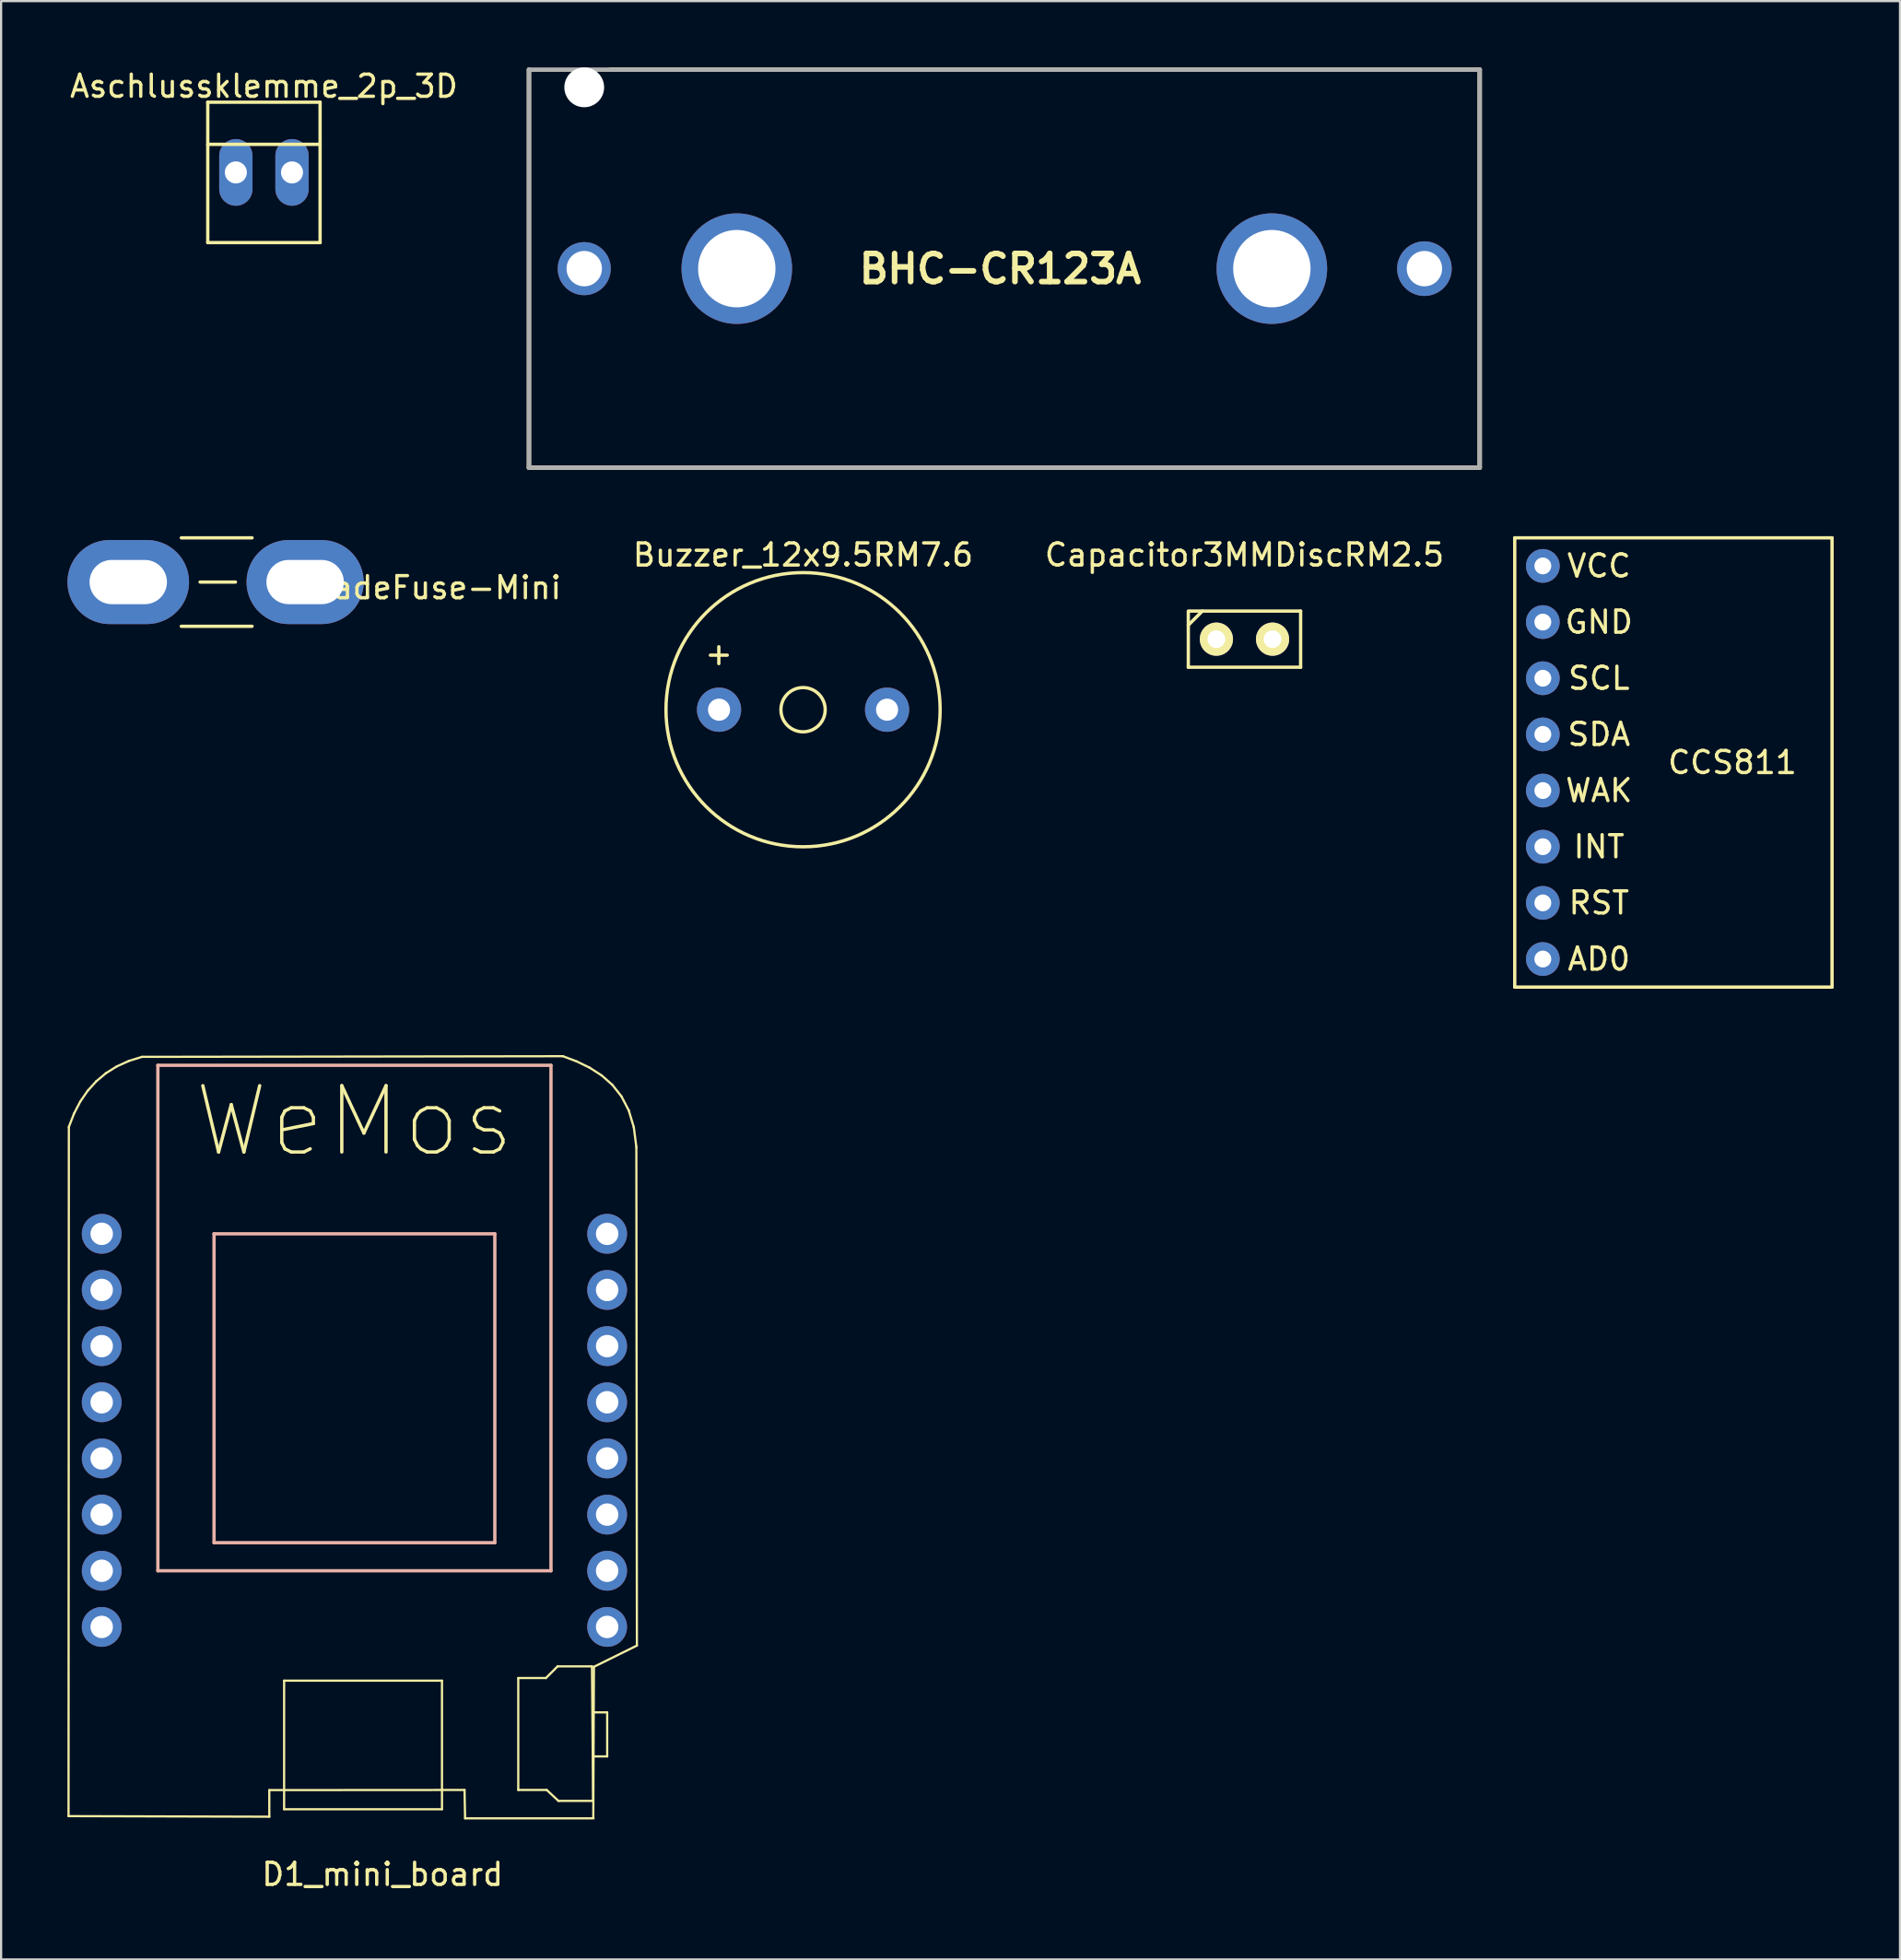
<source format=kicad_pcb>
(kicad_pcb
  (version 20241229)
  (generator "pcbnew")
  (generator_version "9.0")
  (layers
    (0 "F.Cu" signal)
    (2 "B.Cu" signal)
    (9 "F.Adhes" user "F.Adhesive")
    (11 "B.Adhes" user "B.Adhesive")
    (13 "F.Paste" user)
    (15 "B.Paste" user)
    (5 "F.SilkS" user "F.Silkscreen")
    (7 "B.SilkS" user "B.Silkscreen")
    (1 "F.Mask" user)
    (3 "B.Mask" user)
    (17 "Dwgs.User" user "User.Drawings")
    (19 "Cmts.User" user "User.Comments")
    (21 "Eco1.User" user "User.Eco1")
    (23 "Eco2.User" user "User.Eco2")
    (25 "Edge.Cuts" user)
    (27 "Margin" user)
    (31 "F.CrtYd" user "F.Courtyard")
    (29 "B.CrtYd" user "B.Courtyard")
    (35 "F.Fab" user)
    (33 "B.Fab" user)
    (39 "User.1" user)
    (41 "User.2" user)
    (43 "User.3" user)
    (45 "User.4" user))
  (footprint "CCS811"
    (layer "F.Cu")
    (at 72.762 31.435)
    (property "Reference" "CCS811" (at 2.54 0 0) (unlocked yes) (layer "F.SilkS") (effects (font (size 1 1) (thickness 0.15))))
    (attr through_hole)
    (fp_line (start -7.303 -10.16) (end -7.303 10.16) (stroke (width 0.15) (type solid)) (layer "F.SilkS"))
    (fp_line (start -7.303 -10.16) (end 7.048 -10.16) (stroke (width 0.15) (type solid)) (layer "F.SilkS"))
    (fp_line (start 7.048 -10.16) (end 7.048 10.16) (stroke (width 0.15) (type solid)) (layer "F.SilkS"))
    (fp_line (start 7.048 10.16) (end -7.303 10.16) (stroke (width 0.15) (type solid)) (layer "F.SilkS"))
    (fp_text user "WAK" (at -3.493 1.27 0) (unlocked yes) (layer "F.SilkS") (effects (font (size 1 1) (thickness 0.15))))
    (fp_text user "VCC" (at -3.493 -8.89 0) (unlocked yes) (layer "F.SilkS") (effects (font (size 1 1) (thickness 0.15))))
    (fp_text user "RST" (at -3.493 6.35 0) (unlocked yes) (layer "F.SilkS") (effects (font (size 1 1) (thickness 0.15))))
    (fp_text user "GND" (at -3.493 -6.35 0) (unlocked yes) (layer "F.SilkS") (effects (font (size 1 1) (thickness 0.15))))
    (fp_text user "INT" (at -3.493 3.81 0) (unlocked yes) (layer "F.SilkS") (effects (font (size 1 1) (thickness 0.15))))
    (fp_text user "AD0" (at -3.493 8.89 0) (unlocked yes) (layer "F.SilkS") (effects (font (size 1 1) (thickness 0.15))))
    (fp_text user "SDA" (at -3.493 -1.27 0) (unlocked yes) (layer "F.SilkS") (effects (font (size 1 1) (thickness 0.15))))
    (fp_text user "SCL" (at -3.493 -3.81 0) (unlocked yes) (layer "F.SilkS") (effects (font (size 1 1) (thickness 0.15))))
    (pad "1" thru_hole circle (at -6.032 -8.89) (size 1.524 1.524) (drill 0.762) (layers "*.Cu" "*.Mask"))
    (pad "2" thru_hole circle (at -6.032 -6.35) (size 1.524 1.524) (drill 0.762) (layers "*.Cu" "*.Mask"))
    (pad "3" thru_hole circle (at -6.032 -3.81) (size 1.524 1.524) (drill 0.762) (layers "*.Cu" "*.Mask"))
    (pad "4" thru_hole circle (at -6.032 -1.27) (size 1.524 1.524) (drill 0.762) (layers "*.Cu" "*.Mask"))
    (pad "5" thru_hole circle (at -6.032 1.27) (size 1.524 1.524) (drill 0.762) (layers "*.Cu" "*.Mask"))
    (pad "6" thru_hole circle (at -6.032 3.81) (size 1.524 1.524) (drill 0.762) (layers "*.Cu" "*.Mask"))
    (pad "7" thru_hole circle (at -6.032 6.35) (size 1.524 1.524) (drill 0.762) (layers "*.Cu" "*.Mask"))
    (pad "8" thru_hole circle (at -6.032 8.89) (size 1.524 1.524) (drill 0.762) (layers "*.Cu" "*.Mask")))
  (footprint "Capacitor3MMDiscRM2.5"
    (layer "F.Cu")
    (at 53.235 25.858)
    (property "Reference" "Capacitor3MMDiscRM2.5" (at 0 -3.81 0) (layer "F.SilkS") (effects (font (size 1 1) (thickness 0.15))))
    (attr through_hole)
    (fp_line (start -2.54 -0.635) (end -1.905 -1.27) (stroke (width 0.15) (type solid)) (layer "F.SilkS"))
    (fp_line (start -2.54 1.27) (end -2.54 -1.27) (stroke (width 0.15) (type solid)) (layer "F.SilkS"))
    (fp_line (start -2.489 -1.27) (end 2.54 -1.27) (stroke (width 0.15) (type solid)) (layer "F.SilkS"))
    (fp_line (start 2.54 -1.27) (end 2.54 1.27) (stroke (width 0.15) (type solid)) (layer "F.SilkS"))
    (fp_line (start 2.54 1.27) (end -2.54 1.27) (stroke (width 0.15) (type solid)) (layer "F.SilkS"))
    (pad "1" thru_hole circle (at -1.27 0) (size 1.501 1.501) (drill 0.8) (layers "*.Cu" "*.Mask" "F.SilkS"))
    (pad "2" thru_hole circle (at 1.27 0) (size 1.501 1.501) (drill 0.8) (layers "*.Cu" "*.Mask" "F.SilkS")))
  (footprint "BladeFuse-Mini"
    (layer "F.Cu")
    (at 6.75 23.275)
    (property "Reference" "BladeFuse-Mini" (at 9.652 0.254 0) (layer "F.SilkS") (effects (font (size 1 1) (thickness 0.15))))
    (attr through_hole)
    (fp_line (start -1.6 -2) (end 1.6 -2) (stroke (width 0.15) (type solid)) (layer "F.SilkS"))
    (fp_line (start -0.75 0) (end 0.85 0) (stroke (width 0.15) (type solid)) (layer "F.SilkS"))
    (fp_line (start 1.6 2) (end -1.6 2) (stroke (width 0.15) (type solid)) (layer "F.SilkS"))
    (pad "1" thru_hole oval (at -4 0) (size 5.5 3.8) (drill oval 3.5 2) (layers "*.Cu" "*.Mask"))
    (pad "2" thru_hole oval (at 4 0) (size 5.3 3.8) (drill oval 3.5 2) (layers "*.Cu" "*.Mask")))
  (footprint "Aschlussklemme_2p_3D"
    (layer "F.Cu")
    (at 8.887 4.748)
    (property "Reference" "Aschlussklemme_2p_3D" (at 0 -3.9 0) (layer "F.SilkS") (effects (font (size 1 1) (thickness 0.15))))
    (attr exclude_from_pos_files exclude_from_bom)
    (fp_line (start -2.54 -3.175) (end -2.54 3.175) (stroke (width 0.15) (type solid)) (layer "F.SilkS"))
    (fp_line (start -2.54 -3.175) (end 2.54 -3.175) (stroke (width 0.15) (type solid)) (layer "F.SilkS"))
    (fp_line (start 2.54 -3.175) (end 2.54 3.175) (stroke (width 0.15) (type solid)) (layer "F.SilkS"))
    (fp_line (start 2.54 -1.27) (end -2.54 -1.27) (stroke (width 0.15) (type solid)) (layer "F.SilkS"))
    (fp_line (start 2.54 3.175) (end -2.54 3.175) (stroke (width 0.15) (type solid)) (layer "F.SilkS"))
    (pad "1" thru_hole oval (at -1.27 0) (size 1.506 3.015) (drill 0.998) (layers "*.Cu" "*.Mask"))
    (pad "2" thru_hole oval (at 1.27 0) (size 1.506 3.015) (drill 0.998) (layers "*.Cu" "*.Mask")))
  (footprint "BHC-CR123A"
    (layer "F.Cu")
    (at 42.374 9.1)
    (property "Reference" "BHC-CR123A" (at -0.186 0.01 0) (layer "F.SilkS") (effects (font (size 1.27 1.27) (thickness 0.254))))
    (attr through_hole)
    (fp_line (start -21.5 -9) (end -21.5 9) (stroke (width 0.2) (type solid)) (layer "F.SilkS"))
    (fp_line (start -21.5 9) (end 21.5 9) (stroke (width 0.2) (type solid)) (layer "F.SilkS"))
    (fp_line (start 21.5 -9) (end -17.828 -9) (stroke (width 0.2) (type solid)) (layer "F.SilkS"))
    (fp_line (start 21.5 9) (end 21.5 -9) (stroke (width 0.2) (type solid)) (layer "F.SilkS"))
    (fp_line (start -21.5 -9) (end 21.5 -9) (stroke (width 0.2) (type solid)) (layer "F.Fab"))
    (fp_line (start -21.5 9) (end -21.5 -9) (stroke (width 0.2) (type solid)) (layer "F.Fab"))
    (fp_line (start 21.5 -9) (end 21.5 9) (stroke (width 0.2) (type solid)) (layer "F.Fab"))
    (fp_line (start 21.5 9) (end -21.5 9) (stroke (width 0.2) (type solid)) (layer "F.Fab"))
    (pad "" np_thru_hole circle (at -19 -8.2) (size 1.8 1.8) (drill 1.8) (layers "*.Cu" "*.Mask"))
    (pad "1" thru_hole circle (at -19 0) (size 2.4 2.4) (drill 1.6) (layers "*.Cu" "*.Mask"))
    (pad "2" thru_hole circle (at 19 0) (size 2.47 2.47) (drill 1.6) (layers "*.Cu" "*.Mask"))
    (pad "3" thru_hole circle (at 12.1 0) (size 5 5) (drill 3.5) (layers "*.Cu" "*.Mask"))
    (pad "4" thru_hole circle (at -12.1 0) (size 5 5) (drill 3.5) (layers "*.Cu" "*.Mask")))
  (footprint "D1_mini_board"
    (layer "F.Cu")
    (at 12.98 62.912)
    (property "Reference" "D1_mini_board" (at 1.27 18.81 0) (layer "F.SilkS") (effects (font (size 1 1) (thickness 0.15))))
    (attr through_hole)
    (fp_line (start -12.93 16.177) (end -12.916 -14.993) (stroke (width 0.1) (type solid)) (layer "F.SilkS"))
    (fp_line (start -12.916 -14.993) (end -12.683 -15.596) (stroke (width 0.1) (type solid)) (layer "F.SilkS"))
    (fp_line (start -12.683 -15.596) (end -12.4 -16.141) (stroke (width 0.1) (type solid)) (layer "F.SilkS"))
    (fp_line (start -12.4 -16.141) (end -12.065 -16.628) (stroke (width 0.1) (type solid)) (layer "F.SilkS"))
    (fp_line (start -12.065 -16.628) (end -11.679 -17.055) (stroke (width 0.1) (type solid)) (layer "F.SilkS"))
    (fp_line (start -11.679 -17.055) (end -11.241 -17.423) (stroke (width 0.1) (type solid)) (layer "F.SilkS"))
    (fp_line (start -11.241 -17.423) (end -10.749 -17.73) (stroke (width 0.1) (type solid)) (layer "F.SilkS"))
    (fp_line (start -10.749 -17.73) (end -10.205 -17.977) (stroke (width 0.1) (type solid)) (layer "F.SilkS"))
    (fp_line (start -10.205 -17.977) (end -9.607 -18.163) (stroke (width 0.1) (type solid)) (layer "F.SilkS"))
    (fp_line (start -9.607 -18.163) (end 9.43 -18.192) (stroke (width 0.1) (type solid)) (layer "F.SilkS"))
    (fp_line (start -3.851 15) (end -3.849 16.203) (stroke (width 0.1) (type solid)) (layer "F.SilkS"))
    (fp_line (start -3.849 16.203) (end -12.93 16.177) (stroke (width 0.1) (type solid)) (layer "F.SilkS"))
    (fp_line (start -3.18 10.051) (end 3.96 10.051) (stroke (width 0.1) (type solid)) (layer "F.SilkS"))
    (fp_line (start -3.18 15.865) (end -3.18 10.051) (stroke (width 0.1) (type solid)) (layer "F.SilkS"))
    (fp_line (start 3.96 10.051) (end 3.96 15.865) (stroke (width 0.1) (type solid)) (layer "F.SilkS"))
    (fp_line (start 3.96 15.865) (end -3.18 15.865) (stroke (width 0.1) (type solid)) (layer "F.SilkS"))
    (fp_line (start 4.98 14.994) (end -3.851 15) (stroke (width 0.1) (type solid)) (layer "F.SilkS"))
    (fp_line (start 5.006 16.277) (end 4.98 14.994) (stroke (width 0.1) (type solid)) (layer "F.SilkS"))
    (fp_line (start 7.41 9.932) (end 7.41 14.994) (stroke (width 0.1) (type solid)) (layer "F.SilkS"))
    (fp_line (start 7.41 14.994) (end 8.697 14.994) (stroke (width 0.1) (type solid)) (layer "F.SilkS"))
    (fp_line (start 8.662 9.932) (end 7.41 9.932) (stroke (width 0.1) (type solid)) (layer "F.SilkS"))
    (fp_line (start 8.697 14.994) (end 9.227 15.488) (stroke (width 0.1) (type solid)) (layer "F.SilkS"))
    (fp_line (start 9.191 9.402) (end 8.662 9.932) (stroke (width 0.1) (type solid)) (layer "F.SilkS"))
    (fp_line (start 9.227 15.488) (end 10.797 15.488) (stroke (width 0.1) (type solid)) (layer "F.SilkS"))
    (fp_line (start 9.43 -18.192) (end 10.05 -17.958) (stroke (width 0.1) (type solid)) (layer "F.SilkS"))
    (fp_line (start 10.05 -17.958) (end 10.638 -17.673) (stroke (width 0.1) (type solid)) (layer "F.SilkS"))
    (fp_line (start 10.638 -17.673) (end 11.181 -17.324) (stroke (width 0.1) (type solid)) (layer "F.SilkS"))
    (fp_line (start 10.744 9.402) (end 9.191 9.402) (stroke (width 0.1) (type solid)) (layer "F.SilkS"))
    (fp_line (start 10.779 11.484) (end 11.432 11.484) (stroke (width 0.1) (type solid)) (layer "F.SilkS"))
    (fp_line (start 10.797 15.488) (end 10.744 9.402) (stroke (width 0.1) (type solid)) (layer "F.SilkS"))
    (fp_line (start 10.817 16.277) (end 5.006 16.277) (stroke (width 0.1) (type solid)) (layer "F.SilkS"))
    (fp_line (start 10.832 9.424) (end 10.803 16.233) (stroke (width 0.1) (type solid)) (layer "F.SilkS"))
    (fp_line (start 11.181 -17.324) (end 11.667 -16.895) (stroke (width 0.1) (type solid)) (layer "F.SilkS"))
    (fp_line (start 11.432 11.484) (end 11.432 13.477) (stroke (width 0.1) (type solid)) (layer "F.SilkS"))
    (fp_line (start 11.432 13.477) (end 10.814 13.477) (stroke (width 0.1) (type solid)) (layer "F.SilkS"))
    (fp_line (start 11.667 -16.895) (end 12.08 -16.371) (stroke (width 0.1) (type solid)) (layer "F.SilkS"))
    (fp_line (start 12.08 -16.371) (end 12.407 -15.74) (stroke (width 0.1) (type solid)) (layer "F.SilkS"))
    (fp_line (start 12.407 -15.74) (end 12.635 -14.985) (stroke (width 0.1) (type solid)) (layer "F.SilkS"))
    (fp_line (start 12.635 -14.985) (end 12.751 -14.092) (stroke (width 0.1) (type solid)) (layer "F.SilkS"))
    (fp_line (start 12.751 -14.092) (end 12.776 8.463) (stroke (width 0.1) (type solid)) (layer "F.SilkS"))
    (fp_line (start 12.776 8.463) (end 10.832 9.424) (stroke (width 0.1) (type solid)) (layer "F.SilkS"))
    (fp_line (start -8.89 -17.78) (end -8.89 5.08) (stroke (width 0.15) (type solid)) (layer "B.SilkS"))
    (fp_line (start -8.89 5.08) (end 8.89 5.08) (stroke (width 0.15) (type solid)) (layer "B.SilkS"))
    (fp_line (start -6.35 -10.16) (end 6.35 -10.16) (stroke (width 0.15) (type solid)) (layer "B.SilkS"))
    (fp_line (start -6.35 3.81) (end -6.35 -10.16) (stroke (width 0.15) (type solid)) (layer "B.SilkS"))
    (fp_line (start 6.35 -10.16) (end 6.35 3.81) (stroke (width 0.15) (type solid)) (layer "B.SilkS"))
    (fp_line (start 6.35 3.81) (end -6.35 3.81) (stroke (width 0.15) (type solid)) (layer "B.SilkS"))
    (fp_line (start 8.89 -17.78) (end -8.89 -17.78) (stroke (width 0.15) (type solid)) (layer "B.SilkS"))
    (fp_line (start 8.89 5.08) (end 8.89 -17.78) (stroke (width 0.15) (type solid)) (layer "B.SilkS"))
    (fp_text user "WeMos" (at 0 -15.24 0) (layer "F.SilkS") (effects (font (size 3 3) (thickness 0.15))))
    (pad "1" thru_hole circle (at -11.43 7.62) (size 1.8 1.8) (drill 1.016) (layers "*.Cu" "*.Mask"))
    (pad "2" thru_hole circle (at -11.43 5.08) (size 1.8 1.8) (drill 1.016) (layers "*.Cu" "*.Mask"))
    (pad "3" thru_hole circle (at -11.43 2.54) (size 1.8 1.8) (drill 1.016) (layers "*.Cu" "*.Mask"))
    (pad "4" thru_hole circle (at -11.43 0) (size 1.8 1.8) (drill 1.016) (layers "*.Cu" "*.Mask"))
    (pad "5" thru_hole circle (at -11.43 -2.54) (size 1.8 1.8) (drill 1.016) (layers "*.Cu" "*.Mask"))
    (pad "6" thru_hole circle (at -11.43 -5.08) (size 1.8 1.8) (drill 1.016) (layers "*.Cu" "*.Mask"))
    (pad "7" thru_hole circle (at -11.43 -7.62) (size 1.8 1.8) (drill 1.016) (layers "*.Cu" "*.Mask"))
    (pad "8" thru_hole circle (at -11.43 -10.16) (size 1.8 1.8) (drill 1.016) (layers "*.Cu" "*.Mask"))
    (pad "9" thru_hole circle (at 11.43 -10.16) (size 1.8 1.8) (drill 1.016) (layers "*.Cu" "*.Mask"))
    (pad "10" thru_hole circle (at 11.43 -7.62) (size 1.8 1.8) (drill 1.016) (layers "*.Cu" "*.Mask"))
    (pad "11" thru_hole circle (at 11.43 -5.08) (size 1.8 1.8) (drill 1.016) (layers "*.Cu" "*.Mask"))
    (pad "12" thru_hole circle (at 11.43 -2.54) (size 1.8 1.8) (drill 1.016) (layers "*.Cu" "*.Mask"))
    (pad "13" thru_hole circle (at 11.43 0) (size 1.8 1.8) (drill 1.016) (layers "*.Cu" "*.Mask"))
    (pad "14" thru_hole circle (at 11.43 2.54) (size 1.8 1.8) (drill 1.016) (layers "*.Cu" "*.Mask"))
    (pad "15" thru_hole circle (at 11.43 5.08) (size 1.8 1.8) (drill 1.016) (layers "*.Cu" "*.Mask"))
    (pad "16" thru_hole circle (at 11.43 7.62) (size 1.8 1.8) (drill 1.016) (layers "*.Cu" "*.Mask")))
  (footprint "Buzzer_12x9.5RM7.6"
    (layer "F.Cu")
    (at 33.271 29.048)
    (property "Reference" "Buzzer_12x9.5RM7.6" (at 0 -7 180) (layer "F.SilkS") (effects (font (size 1 1) (thickness 0.15))))
    (fp_circle (center 0 0) (end 1.001 0) (stroke (width 0.15) (type solid)) (fill no) (layer "F.SilkS"))
    (fp_circle (center 0 0) (end 6.2 0) (stroke (width 0.15) (type solid)) (fill no) (layer "F.SilkS"))
    (fp_text user "+" (at -3.81 -2.54 0) (layer "F.SilkS") (effects (font (size 1 1) (thickness 0.15))))
    (pad "1" thru_hole circle (at -3.8 0) (size 2 2) (drill 1.001) (layers "*.Cu" "*.Mask"))
    (pad "2" thru_hole circle (at 3.8 0) (size 2 2) (drill 1.001) (layers "*.Cu" "*.Mask")))
  (gr_rect
    (start -3 -3)
    (end 82.885 85.57)
    (stroke (width 0.1) (type default))
    (fill no)
    (layer "Edge.Cuts")))
</source>
